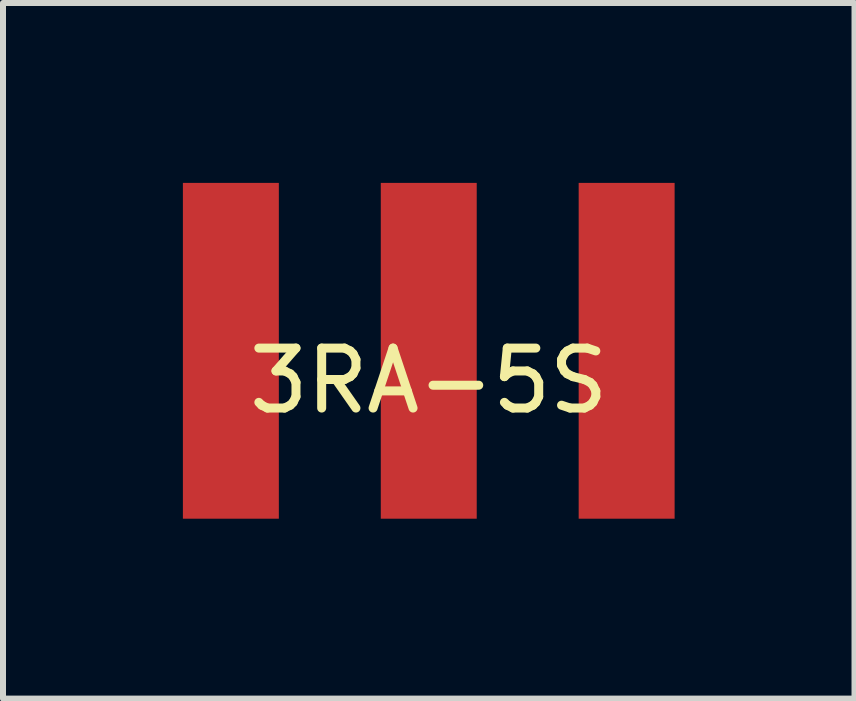
<source format=kicad_pcb>
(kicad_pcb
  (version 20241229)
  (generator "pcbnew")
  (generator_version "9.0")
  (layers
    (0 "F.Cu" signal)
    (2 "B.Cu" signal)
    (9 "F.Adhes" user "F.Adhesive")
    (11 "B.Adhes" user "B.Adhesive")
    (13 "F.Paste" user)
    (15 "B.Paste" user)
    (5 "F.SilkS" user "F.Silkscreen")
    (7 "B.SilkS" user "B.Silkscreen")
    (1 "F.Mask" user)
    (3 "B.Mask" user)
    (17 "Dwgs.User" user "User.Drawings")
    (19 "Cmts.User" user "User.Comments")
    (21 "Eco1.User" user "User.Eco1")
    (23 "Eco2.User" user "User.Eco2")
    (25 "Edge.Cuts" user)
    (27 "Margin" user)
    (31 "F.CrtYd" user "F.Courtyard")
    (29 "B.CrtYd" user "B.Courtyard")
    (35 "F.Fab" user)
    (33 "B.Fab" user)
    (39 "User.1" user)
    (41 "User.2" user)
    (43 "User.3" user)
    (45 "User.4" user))
  (footprint "3RA-5S"
    (layer "F.Cu")
    (at 4.1 2.8)
    (property "Reference" "3RA-5S" (at 0 0.5 0) (layer "F.SilkS") (effects (font (size 1 1) (thickness 0.15))))
    (attr through_hole)
    (pad "1" smd rect (at 3.3 0) (size 1.6 5.6) (layers "F.Cu" "F.Mask" "F.Paste"))
    (pad "2" smd rect (at 0 0) (size 1.6 5.6) (layers "F.Cu" "F.Mask" "F.Paste"))
    (pad "3" smd rect (at -3.3 0) (size 1.6 5.6) (layers "F.Cu" "F.Mask" "F.Paste")))
  (gr_rect
    (start -3 -3)
    (end 11.2 8.6)
    (stroke (width 0.1) (type default))
    (fill no)
    (layer "Edge.Cuts")))
</source>
